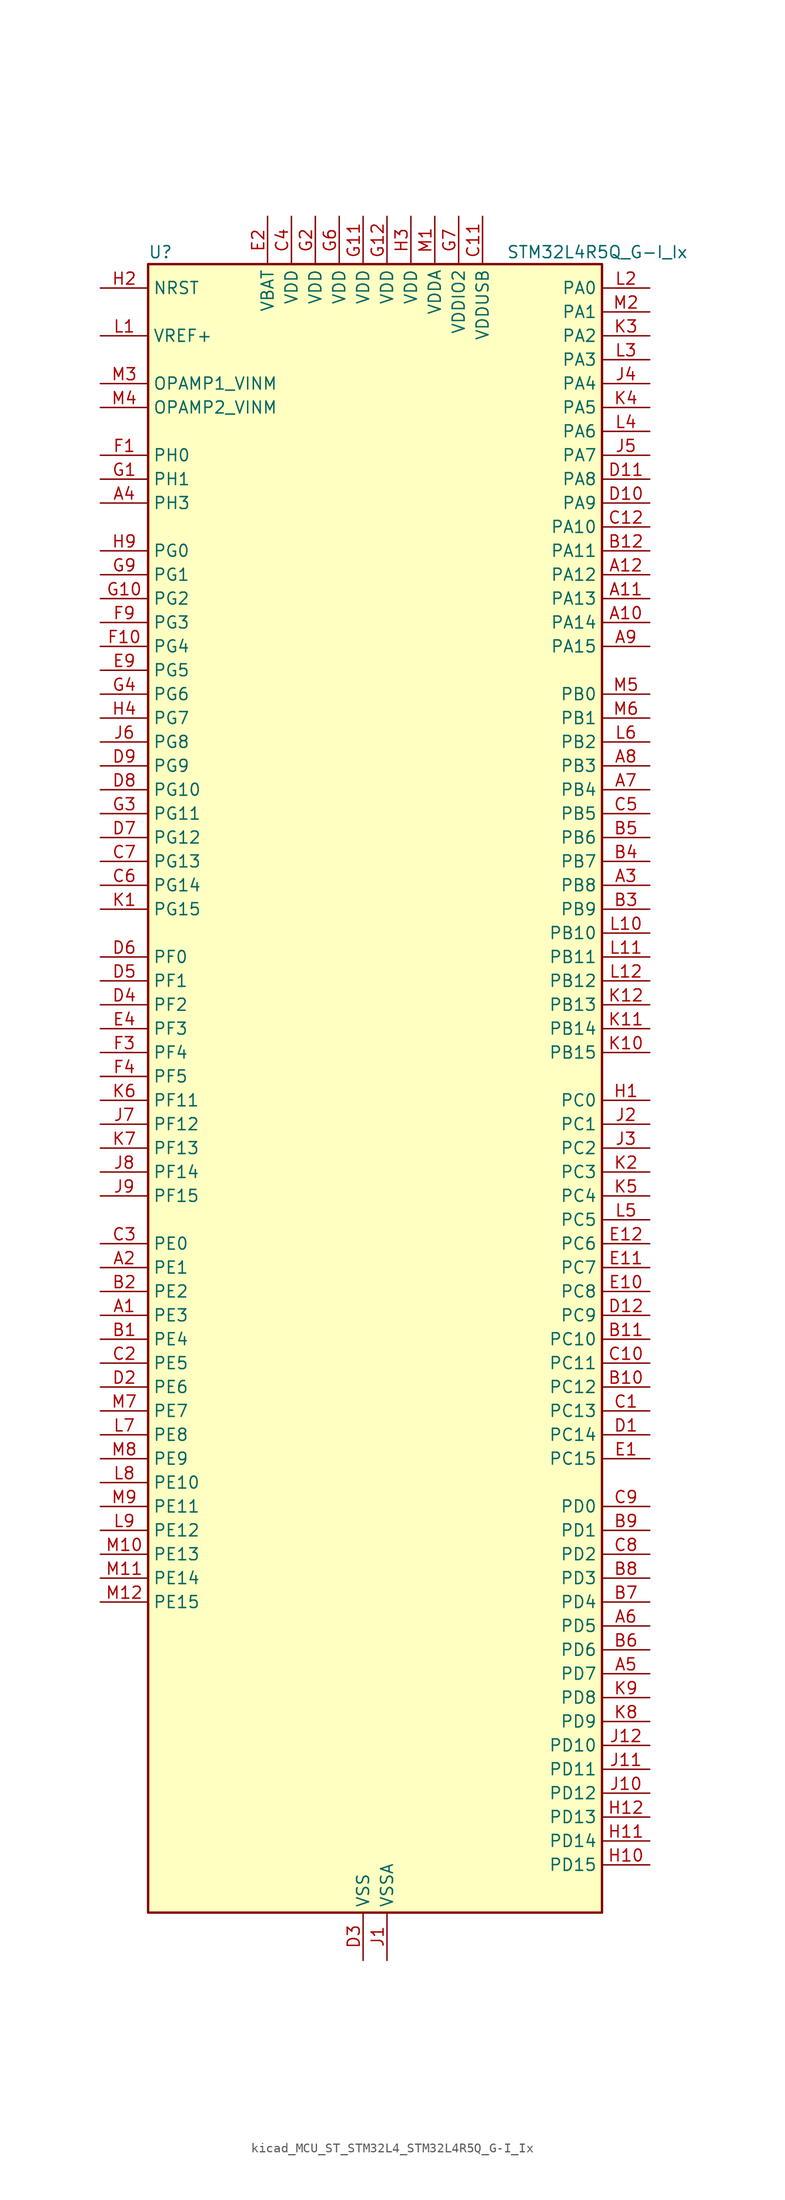
<source format=kicad_sym>
(kicad_symbol_lib
  (version 20220914)
  (generator kicad_symbol_editor)
  (symbol "kicad_MCU_ST_STM32L4_STM32L4R5Q_G-I_Ix"
    (property "Reference" "U"
      (at -22.86 90.17 0)
      (effects (font (size 1.27 1.27)) (justify left)))
    (property "Value" "STM32L4R5Q_G-I_Ix"
      (at 15.24 90.17 0)
      (effects (font (size 1.27 1.27)) (justify left)))
    (property "ki_locked" ""
      (at 0 0 0)
      (effects (font (size 1.27 1.27))))
    (symbol "kicad_MCU_ST_STM32L4_STM32L4R5Q_G-I_Ix_0_1"
      (rectangle (start -22.86 -86.36) (end 25.4 88.9) (stroke (width 0.254) (type default)) (fill (type background))))
    (symbol "kicad_MCU_ST_STM32L4_STM32L4R5Q_G-I_Ix_1_1"
      (pin bidirectional line (at -27.94 -22.86 0) (length 5.08) (name "PE3" (effects (font (size 1.27 1.27)))) (number "A1" (effects (font (size 1.27 1.27)))) (alternate "FMC_A19" bidirectional line) (alternate "OCTOSPIM_P1_DQS" bidirectional line) (alternate "SAI1_SD_B" bidirectional line) (alternate "SYS_TRACED0" bidirectional line) (alternate "TIM3_CH1" bidirectional line) (alternate "TSC_G7_IO2" bidirectional line))
      (pin bidirectional line (at 30.48 50.8 180) (length 5.08) (name "PA14" (effects (font (size 1.27 1.27)))) (number "A10" (effects (font (size 1.27 1.27)))) (alternate "I2C1_SMBA" bidirectional line) (alternate "I2C4_SMBA" bidirectional line) (alternate "LPTIM1_OUT" bidirectional line) (alternate "SAI1_FS_B" bidirectional line) (alternate "SYS_JTCK-SWCLK" bidirectional line) (alternate "USB_OTG_FS_SOF" bidirectional line))
      (pin bidirectional line (at 30.48 53.34 180) (length 5.08) (name "PA13" (effects (font (size 1.27 1.27)))) (number "A11" (effects (font (size 1.27 1.27)))) (alternate "IR_OUT" bidirectional line) (alternate "SAI1_SD_B" bidirectional line) (alternate "SYS_JTMS-SWDIO" bidirectional line) (alternate "USB_OTG_FS_NOE" bidirectional line))
      (pin bidirectional line (at 30.48 55.88 180) (length 5.08) (name "PA12" (effects (font (size 1.27 1.27)))) (number "A12" (effects (font (size 1.27 1.27)))) (alternate "CAN1_TX" bidirectional line) (alternate "SPI1_MOSI" bidirectional line) (alternate "TIM1_ETR" bidirectional line) (alternate "USART1_DE" bidirectional line) (alternate "USART1_RTS" bidirectional line) (alternate "USB_OTG_FS_DP" bidirectional line))
      (pin bidirectional line (at -27.94 -17.78 0) (length 5.08) (name "PE1" (effects (font (size 1.27 1.27)))) (number "A2" (effects (font (size 1.27 1.27)))) (alternate "DCMI_D3" bidirectional line) (alternate "FMC_NBL1" bidirectional line) (alternate "TIM17_CH1" bidirectional line))
      (pin bidirectional line (at 30.48 22.86 180) (length 5.08) (name "PB8" (effects (font (size 1.27 1.27)))) (number "A3" (effects (font (size 1.27 1.27)))) (alternate "CAN1_RX" bidirectional line) (alternate "DCMI_D6" bidirectional line) (alternate "DFSDM1_CKOUT" bidirectional line) (alternate "DFSDM1_DATIN6" bidirectional line) (alternate "I2C1_SCL" bidirectional line) (alternate "SAI1_CK1" bidirectional line) (alternate "SAI1_MCLK_A" bidirectional line) (alternate "SDMMC1_CKIN" bidirectional line) (alternate "SDMMC1_D4" bidirectional line) (alternate "TIM16_CH1" bidirectional line) (alternate "TIM4_CH3" bidirectional line))
      (pin bidirectional line (at -27.94 63.5 0) (length 5.08) (name "PH3" (effects (font (size 1.27 1.27)))) (number "A4" (effects (font (size 1.27 1.27)))))
      (pin bidirectional line (at 30.48 -60.96 180) (length 5.08) (name "PD7" (effects (font (size 1.27 1.27)))) (number "A5" (effects (font (size 1.27 1.27)))) (alternate "DFSDM1_CKIN1" bidirectional line) (alternate "FMC_NCE" bidirectional line) (alternate "FMC_NE1" bidirectional line) (alternate "OCTOSPIM_P1_IO7" bidirectional line) (alternate "USART2_CK" bidirectional line))
      (pin bidirectional line (at 30.48 -55.88 180) (length 5.08) (name "PD5" (effects (font (size 1.27 1.27)))) (number "A6" (effects (font (size 1.27 1.27)))) (alternate "FMC_NWE" bidirectional line) (alternate "OCTOSPIM_P1_IO5" bidirectional line) (alternate "USART2_TX" bidirectional line))
      (pin bidirectional line (at 30.48 33.02 180) (length 5.08) (name "PB4" (effects (font (size 1.27 1.27)))) (number "A7" (effects (font (size 1.27 1.27)))) (alternate "COMP2_INP" bidirectional line) (alternate "DCMI_D12" bidirectional line) (alternate "I2C3_SDA" bidirectional line) (alternate "SAI1_MCLK_B" bidirectional line) (alternate "SPI1_MISO" bidirectional line) (alternate "SPI3_MISO" bidirectional line) (alternate "SYS_JTRST" bidirectional line) (alternate "TIM17_BKIN" bidirectional line) (alternate "TIM3_CH1" bidirectional line) (alternate "TSC_G2_IO1" bidirectional line) (alternate "UART5_DE" bidirectional line) (alternate "UART5_RTS" bidirectional line) (alternate "USART1_CTS" bidirectional line) (alternate "USART1_NSS" bidirectional line))
      (pin bidirectional line (at 30.48 35.56 180) (length 5.08) (name "PB3" (effects (font (size 1.27 1.27)))) (number "A8" (effects (font (size 1.27 1.27)))) (alternate "COMP2_INM" bidirectional line) (alternate "CRS_SYNC" bidirectional line) (alternate "SAI1_SCK_B" bidirectional line) (alternate "SPI1_SCK" bidirectional line) (alternate "SPI3_SCK" bidirectional line) (alternate "SYS_JTDO-SWO" bidirectional line) (alternate "TIM2_CH2" bidirectional line) (alternate "USART1_DE" bidirectional line) (alternate "USART1_RTS" bidirectional line))
      (pin bidirectional line (at 30.48 48.26 180) (length 5.08) (name "PA15" (effects (font (size 1.27 1.27)))) (number "A9" (effects (font (size 1.27 1.27)))) (alternate "ADC1_EXTI15" bidirectional line) (alternate "SAI2_FS_B" bidirectional line) (alternate "SPI1_NSS" bidirectional line) (alternate "SPI3_NSS" bidirectional line) (alternate "SYS_JTDI" bidirectional line) (alternate "TIM2_CH1" bidirectional line) (alternate "TIM2_ETR" bidirectional line) (alternate "TSC_G3_IO1" bidirectional line) (alternate "UART4_DE" bidirectional line) (alternate "UART4_RTS" bidirectional line) (alternate "USART2_RX" bidirectional line) (alternate "USART3_DE" bidirectional line) (alternate "USART3_RTS" bidirectional line))
      (pin bidirectional line (at -27.94 -25.4 0) (length 5.08) (name "PE4" (effects (font (size 1.27 1.27)))) (number "B1" (effects (font (size 1.27 1.27)))) (alternate "DCMI_D4" bidirectional line) (alternate "DFSDM1_DATIN3" bidirectional line) (alternate "FMC_A20" bidirectional line) (alternate "SAI1_D2" bidirectional line) (alternate "SAI1_FS_A" bidirectional line) (alternate "SYS_TRACED1" bidirectional line) (alternate "TIM3_CH2" bidirectional line) (alternate "TSC_G7_IO3" bidirectional line))
      (pin bidirectional line (at 30.48 -30.48 180) (length 5.08) (name "PC12" (effects (font (size 1.27 1.27)))) (number "B10" (effects (font (size 1.27 1.27)))) (alternate "DCMI_D9" bidirectional line) (alternate "SAI2_SD_B" bidirectional line) (alternate "SDMMC1_CK" bidirectional line) (alternate "SPI3_MOSI" bidirectional line) (alternate "SYS_TRACED3" bidirectional line) (alternate "TSC_G3_IO4" bidirectional line) (alternate "UART5_TX" bidirectional line) (alternate "USART3_CK" bidirectional line))
      (pin bidirectional line (at 30.48 -25.4 180) (length 5.08) (name "PC10" (effects (font (size 1.27 1.27)))) (number "B11" (effects (font (size 1.27 1.27)))) (alternate "DCMI_D8" bidirectional line) (alternate "SAI2_SCK_B" bidirectional line) (alternate "SDMMC1_D2" bidirectional line) (alternate "SPI3_SCK" bidirectional line) (alternate "SYS_TRACED1" bidirectional line) (alternate "TSC_G3_IO2" bidirectional line) (alternate "UART4_TX" bidirectional line) (alternate "USART3_TX" bidirectional line))
      (pin bidirectional line (at 30.48 58.42 180) (length 5.08) (name "PA11" (effects (font (size 1.27 1.27)))) (number "B12" (effects (font (size 1.27 1.27)))) (alternate "ADC1_EXTI11" bidirectional line) (alternate "CAN1_RX" bidirectional line) (alternate "SPI1_MISO" bidirectional line) (alternate "TIM1_BKIN2" bidirectional line) (alternate "TIM1_CH4" bidirectional line) (alternate "USART1_CTS" bidirectional line) (alternate "USART1_NSS" bidirectional line) (alternate "USB_OTG_FS_DM" bidirectional line))
      (pin bidirectional line (at -27.94 -20.32 0) (length 5.08) (name "PE2" (effects (font (size 1.27 1.27)))) (number "B2" (effects (font (size 1.27 1.27)))) (alternate "FMC_A23" bidirectional line) (alternate "SAI1_CK1" bidirectional line) (alternate "SAI1_MCLK_A" bidirectional line) (alternate "SYS_TRACECLK" bidirectional line) (alternate "TIM3_ETR" bidirectional line) (alternate "TSC_G7_IO1" bidirectional line))
      (pin bidirectional line (at 30.48 20.32 180) (length 5.08) (name "PB9" (effects (font (size 1.27 1.27)))) (number "B3" (effects (font (size 1.27 1.27)))) (alternate "CAN1_TX" bidirectional line) (alternate "DAC1_EXTI9" bidirectional line) (alternate "DCMI_D7" bidirectional line) (alternate "DFSDM1_CKIN6" bidirectional line) (alternate "I2C1_SDA" bidirectional line) (alternate "IR_OUT" bidirectional line) (alternate "SAI1_D2" bidirectional line) (alternate "SAI1_FS_A" bidirectional line) (alternate "SDMMC1_CDIR" bidirectional line) (alternate "SDMMC1_D5" bidirectional line) (alternate "SPI2_NSS" bidirectional line) (alternate "TIM17_CH1" bidirectional line) (alternate "TIM4_CH4" bidirectional line))
      (pin bidirectional line (at 30.48 25.4 180) (length 5.08) (name "PB7" (effects (font (size 1.27 1.27)))) (number "B4" (effects (font (size 1.27 1.27)))) (alternate "COMP2_INM" bidirectional line) (alternate "DCMI_VSYNC" bidirectional line) (alternate "DFSDM1_CKIN5" bidirectional line) (alternate "FMC_NL" bidirectional line) (alternate "I2C1_SDA" bidirectional line) (alternate "I2C4_SDA" bidirectional line) (alternate "LPTIM1_IN2" bidirectional line) (alternate "SYS_PVD_IN" bidirectional line) (alternate "TIM17_CH1N" bidirectional line) (alternate "TIM4_CH2" bidirectional line) (alternate "TIM8_BKIN" bidirectional line) (alternate "TSC_G2_IO4" bidirectional line) (alternate "UART4_CTS" bidirectional line) (alternate "USART1_RX" bidirectional line))
      (pin bidirectional line (at 30.48 27.94 180) (length 5.08) (name "PB6" (effects (font (size 1.27 1.27)))) (number "B5" (effects (font (size 1.27 1.27)))) (alternate "COMP2_INP" bidirectional line) (alternate "DCMI_D5" bidirectional line) (alternate "DFSDM1_DATIN5" bidirectional line) (alternate "I2C1_SCL" bidirectional line) (alternate "I2C4_SCL" bidirectional line) (alternate "LPTIM1_ETR" bidirectional line) (alternate "SAI1_FS_B" bidirectional line) (alternate "TIM16_CH1N" bidirectional line) (alternate "TIM4_CH1" bidirectional line) (alternate "TIM8_BKIN2" bidirectional line) (alternate "TSC_G2_IO3" bidirectional line) (alternate "USART1_TX" bidirectional line))
      (pin bidirectional line (at 30.48 -58.42 180) (length 5.08) (name "PD6" (effects (font (size 1.27 1.27)))) (number "B6" (effects (font (size 1.27 1.27)))) (alternate "DCMI_D10" bidirectional line) (alternate "DFSDM1_DATIN1" bidirectional line) (alternate "FMC_NWAIT" bidirectional line) (alternate "OCTOSPIM_P1_IO6" bidirectional line) (alternate "SAI1_D1" bidirectional line) (alternate "SAI1_SD_A" bidirectional line) (alternate "SPI3_MOSI" bidirectional line) (alternate "USART2_RX" bidirectional line))
      (pin bidirectional line (at 30.48 -53.34 180) (length 5.08) (name "PD4" (effects (font (size 1.27 1.27)))) (number "B7" (effects (font (size 1.27 1.27)))) (alternate "DFSDM1_CKIN0" bidirectional line) (alternate "FMC_NOE" bidirectional line) (alternate "OCTOSPIM_P1_IO4" bidirectional line) (alternate "SPI2_MOSI" bidirectional line) (alternate "USART2_DE" bidirectional line) (alternate "USART2_RTS" bidirectional line))
      (pin bidirectional line (at 30.48 -50.8 180) (length 5.08) (name "PD3" (effects (font (size 1.27 1.27)))) (number "B8" (effects (font (size 1.27 1.27)))) (alternate "DCMI_D5" bidirectional line) (alternate "DFSDM1_DATIN0" bidirectional line) (alternate "FMC_CLK" bidirectional line) (alternate "OCTOSPIM_P2_NCS" bidirectional line) (alternate "SPI2_MISO" bidirectional line) (alternate "SPI2_SCK" bidirectional line) (alternate "USART2_CTS" bidirectional line) (alternate "USART2_NSS" bidirectional line))
      (pin bidirectional line (at 30.48 -45.72 180) (length 5.08) (name "PD1" (effects (font (size 1.27 1.27)))) (number "B9" (effects (font (size 1.27 1.27)))) (alternate "CAN1_TX" bidirectional line) (alternate "DFSDM1_CKIN7" bidirectional line) (alternate "FMC_D3" bidirectional line) (alternate "FMC_DA3" bidirectional line) (alternate "SPI2_SCK" bidirectional line))
      (pin bidirectional line (at 30.48 -33.02 180) (length 5.08) (name "PC13" (effects (font (size 1.27 1.27)))) (number "C1" (effects (font (size 1.27 1.27)))) (alternate "RTC_OUT_ALARM" bidirectional line) (alternate "RTC_OUT_CALIB" bidirectional line) (alternate "RTC_TAMP1" bidirectional line) (alternate "RTC_TS" bidirectional line) (alternate "SYS_WKUP2" bidirectional line))
      (pin bidirectional line (at 30.48 -27.94 180) (length 5.08) (name "PC11" (effects (font (size 1.27 1.27)))) (number "C10" (effects (font (size 1.27 1.27)))) (alternate "ADC1_EXTI11" bidirectional line) (alternate "DCMI_D2" bidirectional line) (alternate "DCMI_D4" bidirectional line) (alternate "OCTOSPIM_P1_NCS" bidirectional line) (alternate "SAI2_MCLK_B" bidirectional line) (alternate "SDMMC1_D3" bidirectional line) (alternate "SPI3_MISO" bidirectional line) (alternate "TSC_G3_IO3" bidirectional line) (alternate "UART4_RX" bidirectional line) (alternate "USART3_RX" bidirectional line))
      (pin power_in line (at 12.7 93.98 270) (length 5.08) (name "VDDUSB" (effects (font (size 1.27 1.27)))) (number "C11" (effects (font (size 1.27 1.27)))))
      (pin bidirectional line (at 30.48 60.96 180) (length 5.08) (name "PA10" (effects (font (size 1.27 1.27)))) (number "C12" (effects (font (size 1.27 1.27)))) (alternate "DCMI_D1" bidirectional line) (alternate "SAI1_D1" bidirectional line) (alternate "SAI1_SD_A" bidirectional line) (alternate "TIM17_BKIN" bidirectional line) (alternate "TIM1_CH3" bidirectional line) (alternate "USART1_RX" bidirectional line) (alternate "USB_OTG_FS_ID" bidirectional line))
      (pin bidirectional line (at -27.94 -27.94 0) (length 5.08) (name "PE5" (effects (font (size 1.27 1.27)))) (number "C2" (effects (font (size 1.27 1.27)))) (alternate "DCMI_D6" bidirectional line) (alternate "DFSDM1_CKIN3" bidirectional line) (alternate "FMC_A21" bidirectional line) (alternate "SAI1_CK2" bidirectional line) (alternate "SAI1_SCK_A" bidirectional line) (alternate "SYS_TRACED2" bidirectional line) (alternate "TIM3_CH3" bidirectional line) (alternate "TSC_G7_IO4" bidirectional line))
      (pin bidirectional line (at -27.94 -15.24 0) (length 5.08) (name "PE0" (effects (font (size 1.27 1.27)))) (number "C3" (effects (font (size 1.27 1.27)))) (alternate "DCMI_D2" bidirectional line) (alternate "FMC_NBL0" bidirectional line) (alternate "TIM16_CH1" bidirectional line) (alternate "TIM4_ETR" bidirectional line))
      (pin power_in line (at -7.62 93.98 270) (length 5.08) (name "VDD" (effects (font (size 1.27 1.27)))) (number "C4" (effects (font (size 1.27 1.27)))))
      (pin bidirectional line (at 30.48 30.48 180) (length 5.08) (name "PB5" (effects (font (size 1.27 1.27)))) (number "C5" (effects (font (size 1.27 1.27)))) (alternate "COMP2_OUT" bidirectional line) (alternate "DCMI_D10" bidirectional line) (alternate "I2C1_SMBA" bidirectional line) (alternate "LPTIM1_IN1" bidirectional line) (alternate "SAI1_SD_B" bidirectional line) (alternate "SPI1_MOSI" bidirectional line) (alternate "SPI3_MOSI" bidirectional line) (alternate "TIM16_BKIN" bidirectional line) (alternate "TIM3_CH2" bidirectional line) (alternate "TSC_G2_IO2" bidirectional line) (alternate "UART5_CTS" bidirectional line) (alternate "USART1_CK" bidirectional line))
      (pin bidirectional line (at -27.94 22.86 0) (length 5.08) (name "PG14" (effects (font (size 1.27 1.27)))) (number "C6" (effects (font (size 1.27 1.27)))) (alternate "FMC_A25" bidirectional line) (alternate "I2C1_SCL" bidirectional line))
      (pin bidirectional line (at -27.94 25.4 0) (length 5.08) (name "PG13" (effects (font (size 1.27 1.27)))) (number "C7" (effects (font (size 1.27 1.27)))) (alternate "FMC_A24" bidirectional line) (alternate "I2C1_SDA" bidirectional line) (alternate "USART1_CK" bidirectional line))
      (pin bidirectional line (at 30.48 -48.26 180) (length 5.08) (name "PD2" (effects (font (size 1.27 1.27)))) (number "C8" (effects (font (size 1.27 1.27)))) (alternate "DCMI_D11" bidirectional line) (alternate "SDMMC1_CMD" bidirectional line) (alternate "SYS_TRACED2" bidirectional line) (alternate "TIM3_ETR" bidirectional line) (alternate "TSC_SYNC" bidirectional line) (alternate "UART5_RX" bidirectional line) (alternate "USART3_DE" bidirectional line) (alternate "USART3_RTS" bidirectional line))
      (pin bidirectional line (at 30.48 -43.18 180) (length 5.08) (name "PD0" (effects (font (size 1.27 1.27)))) (number "C9" (effects (font (size 1.27 1.27)))) (alternate "CAN1_RX" bidirectional line) (alternate "DFSDM1_DATIN7" bidirectional line) (alternate "FMC_D2" bidirectional line) (alternate "FMC_DA2" bidirectional line) (alternate "SPI2_NSS" bidirectional line))
      (pin bidirectional line (at 30.48 -35.56 180) (length 5.08) (name "PC14" (effects (font (size 1.27 1.27)))) (number "D1" (effects (font (size 1.27 1.27)))) (alternate "RCC_OSC32_IN" bidirectional line))
      (pin bidirectional line (at 30.48 63.5 180) (length 5.08) (name "PA9" (effects (font (size 1.27 1.27)))) (number "D10" (effects (font (size 1.27 1.27)))) (alternate "DAC1_EXTI9" bidirectional line) (alternate "DCMI_D0" bidirectional line) (alternate "SAI1_FS_A" bidirectional line) (alternate "SPI2_SCK" bidirectional line) (alternate "TIM15_BKIN" bidirectional line) (alternate "TIM1_CH2" bidirectional line) (alternate "USART1_TX" bidirectional line) (alternate "USB_OTG_FS_VBUS" bidirectional line))
      (pin bidirectional line (at 30.48 66.04 180) (length 5.08) (name "PA8" (effects (font (size 1.27 1.27)))) (number "D11" (effects (font (size 1.27 1.27)))) (alternate "LPTIM2_OUT" bidirectional line) (alternate "RCC_MCO" bidirectional line) (alternate "SAI1_CK2" bidirectional line) (alternate "SAI1_SCK_A" bidirectional line) (alternate "TIM1_CH1" bidirectional line) (alternate "USART1_CK" bidirectional line) (alternate "USB_OTG_FS_SOF" bidirectional line))
      (pin bidirectional line (at 30.48 -22.86 180) (length 5.08) (name "PC9" (effects (font (size 1.27 1.27)))) (number "D12" (effects (font (size 1.27 1.27)))) (alternate "DAC1_EXTI9" bidirectional line) (alternate "DCMI_D3" bidirectional line) (alternate "I2C3_SDA" bidirectional line) (alternate "SAI2_EXTCLK" bidirectional line) (alternate "SDMMC1_D1" bidirectional line) (alternate "SYS_TRACED0" bidirectional line) (alternate "TIM3_CH4" bidirectional line) (alternate "TIM8_BKIN2" bidirectional line) (alternate "TIM8_CH4" bidirectional line) (alternate "TSC_G4_IO4" bidirectional line) (alternate "USB_OTG_FS_NOE" bidirectional line))
      (pin bidirectional line (at -27.94 -30.48 0) (length 5.08) (name "PE6" (effects (font (size 1.27 1.27)))) (number "D2" (effects (font (size 1.27 1.27)))) (alternate "DCMI_D7" bidirectional line) (alternate "FMC_A22" bidirectional line) (alternate "RTC_TAMP3" bidirectional line) (alternate "SAI1_D1" bidirectional line) (alternate "SAI1_SD_A" bidirectional line) (alternate "SYS_TRACED3" bidirectional line) (alternate "SYS_WKUP3" bidirectional line) (alternate "TIM3_CH4" bidirectional line))
      (pin power_in line (at 0 -91.44 90) (length 5.08) (name "VSS" (effects (font (size 1.27 1.27)))) (number "D3" (effects (font (size 1.27 1.27)))))
      (pin bidirectional line (at -27.94 10.16 0) (length 5.08) (name "PF2" (effects (font (size 1.27 1.27)))) (number "D4" (effects (font (size 1.27 1.27)))) (alternate "FMC_A2" bidirectional line) (alternate "I2C2_SMBA" bidirectional line) (alternate "OCTOSPIM_P2_IO2" bidirectional line))
      (pin bidirectional line (at -27.94 12.7 0) (length 5.08) (name "PF1" (effects (font (size 1.27 1.27)))) (number "D5" (effects (font (size 1.27 1.27)))) (alternate "FMC_A1" bidirectional line) (alternate "I2C2_SCL" bidirectional line) (alternate "OCTOSPIM_P2_IO1" bidirectional line))
      (pin bidirectional line (at -27.94 15.24 0) (length 5.08) (name "PF0" (effects (font (size 1.27 1.27)))) (number "D6" (effects (font (size 1.27 1.27)))) (alternate "FMC_A0" bidirectional line) (alternate "I2C2_SDA" bidirectional line) (alternate "OCTOSPIM_P2_IO0" bidirectional line))
      (pin bidirectional line (at -27.94 27.94 0) (length 5.08) (name "PG12" (effects (font (size 1.27 1.27)))) (number "D7" (effects (font (size 1.27 1.27)))) (alternate "FMC_NE4" bidirectional line) (alternate "LPTIM1_ETR" bidirectional line) (alternate "OCTOSPIM_P2_NCS" bidirectional line) (alternate "SAI2_SD_A" bidirectional line) (alternate "SPI3_NSS" bidirectional line) (alternate "USART1_DE" bidirectional line) (alternate "USART1_RTS" bidirectional line))
      (pin bidirectional line (at -27.94 33.02 0) (length 5.08) (name "PG10" (effects (font (size 1.27 1.27)))) (number "D8" (effects (font (size 1.27 1.27)))) (alternate "FMC_NE3" bidirectional line) (alternate "LPTIM1_IN1" bidirectional line) (alternate "OCTOSPIM_P2_IO7" bidirectional line) (alternate "SAI2_FS_A" bidirectional line) (alternate "SPI3_MISO" bidirectional line) (alternate "TIM15_CH1" bidirectional line) (alternate "USART1_RX" bidirectional line))
      (pin bidirectional line (at -27.94 35.56 0) (length 5.08) (name "PG9" (effects (font (size 1.27 1.27)))) (number "D9" (effects (font (size 1.27 1.27)))) (alternate "DAC1_EXTI9" bidirectional line) (alternate "FMC_NCE" bidirectional line) (alternate "FMC_NE2" bidirectional line) (alternate "OCTOSPIM_P2_IO6" bidirectional line) (alternate "SAI2_SCK_A" bidirectional line) (alternate "SPI3_SCK" bidirectional line) (alternate "TIM15_CH1N" bidirectional line) (alternate "USART1_TX" bidirectional line))
      (pin bidirectional line (at 30.48 -38.1 180) (length 5.08) (name "PC15" (effects (font (size 1.27 1.27)))) (number "E1" (effects (font (size 1.27 1.27)))) (alternate "ADC1_EXTI15" bidirectional line) (alternate "RCC_OSC32_OUT" bidirectional line))
      (pin bidirectional line (at 30.48 -20.32 180) (length 5.08) (name "PC8" (effects (font (size 1.27 1.27)))) (number "E10" (effects (font (size 1.27 1.27)))) (alternate "DCMI_D2" bidirectional line) (alternate "SDMMC1_D0" bidirectional line) (alternate "TIM3_CH3" bidirectional line) (alternate "TIM8_CH3" bidirectional line) (alternate "TSC_G4_IO3" bidirectional line))
      (pin bidirectional line (at 30.48 -17.78 180) (length 5.08) (name "PC7" (effects (font (size 1.27 1.27)))) (number "E11" (effects (font (size 1.27 1.27)))) (alternate "DCMI_D1" bidirectional line) (alternate "DFSDM1_DATIN3" bidirectional line) (alternate "SAI2_MCLK_B" bidirectional line) (alternate "SDMMC1_D123DIR" bidirectional line) (alternate "SDMMC1_D7" bidirectional line) (alternate "TIM3_CH2" bidirectional line) (alternate "TIM8_CH2" bidirectional line) (alternate "TSC_G4_IO2" bidirectional line))
      (pin bidirectional line (at 30.48 -15.24 180) (length 5.08) (name "PC6" (effects (font (size 1.27 1.27)))) (number "E12" (effects (font (size 1.27 1.27)))) (alternate "DCMI_D0" bidirectional line) (alternate "DFSDM1_CKIN3" bidirectional line) (alternate "SAI2_MCLK_A" bidirectional line) (alternate "SDMMC1_D0DIR" bidirectional line) (alternate "SDMMC1_D6" bidirectional line) (alternate "TIM3_CH1" bidirectional line) (alternate "TIM8_CH1" bidirectional line) (alternate "TSC_G4_IO1" bidirectional line))
      (pin power_in line (at -10.16 93.98 270) (length 5.08) (name "VBAT" (effects (font (size 1.27 1.27)))) (number "E2" (effects (font (size 1.27 1.27)))))
      (pin passive line (at 0 -91.44 90) (length 5.08) hide (name "VSS" (effects (font (size 1.27 1.27)))) (number "E3" (effects (font (size 1.27 1.27)))))
      (pin bidirectional line (at -27.94 7.62 0) (length 5.08) (name "PF3" (effects (font (size 1.27 1.27)))) (number "E4" (effects (font (size 1.27 1.27)))) (alternate "FMC_A3" bidirectional line) (alternate "OCTOSPIM_P2_IO3" bidirectional line))
      (pin bidirectional line (at -27.94 45.72 0) (length 5.08) (name "PG5" (effects (font (size 1.27 1.27)))) (number "E9" (effects (font (size 1.27 1.27)))) (alternate "FMC_A15" bidirectional line) (alternate "LPUART1_CTS" bidirectional line) (alternate "SAI2_SD_B" bidirectional line) (alternate "SPI1_NSS" bidirectional line))
      (pin bidirectional line (at -27.94 68.58 0) (length 5.08) (name "PH0" (effects (font (size 1.27 1.27)))) (number "F1" (effects (font (size 1.27 1.27)))) (alternate "RCC_OSC_IN" bidirectional line))
      (pin bidirectional line (at -27.94 48.26 0) (length 5.08) (name "PG4" (effects (font (size 1.27 1.27)))) (number "F10" (effects (font (size 1.27 1.27)))) (alternate "FMC_A14" bidirectional line) (alternate "SAI2_MCLK_B" bidirectional line) (alternate "SPI1_MOSI" bidirectional line))
      (pin passive line (at 0 -91.44 90) (length 5.08) hide (name "VSS" (effects (font (size 1.27 1.27)))) (number "F11" (effects (font (size 1.27 1.27)))))
      (pin passive line (at 0 -91.44 90) (length 5.08) hide (name "VSS" (effects (font (size 1.27 1.27)))) (number "F12" (effects (font (size 1.27 1.27)))))
      (pin passive line (at 0 -91.44 90) (length 5.08) hide (name "VSS" (effects (font (size 1.27 1.27)))) (number "F2" (effects (font (size 1.27 1.27)))))
      (pin bidirectional line (at -27.94 5.08 0) (length 5.08) (name "PF4" (effects (font (size 1.27 1.27)))) (number "F3" (effects (font (size 1.27 1.27)))) (alternate "FMC_A4" bidirectional line) (alternate "OCTOSPIM_P2_CLK" bidirectional line))
      (pin bidirectional line (at -27.94 2.54 0) (length 5.08) (name "PF5" (effects (font (size 1.27 1.27)))) (number "F4" (effects (font (size 1.27 1.27)))) (alternate "FMC_A5" bidirectional line))
      (pin passive line (at 0 -91.44 90) (length 5.08) hide (name "VSS" (effects (font (size 1.27 1.27)))) (number "F6" (effects (font (size 1.27 1.27)))))
      (pin passive line (at 0 -91.44 90) (length 5.08) hide (name "VSS" (effects (font (size 1.27 1.27)))) (number "F7" (effects (font (size 1.27 1.27)))))
      (pin bidirectional line (at -27.94 50.8 0) (length 5.08) (name "PG3" (effects (font (size 1.27 1.27)))) (number "F9" (effects (font (size 1.27 1.27)))) (alternate "FMC_A13" bidirectional line) (alternate "SAI2_FS_B" bidirectional line) (alternate "SPI1_MISO" bidirectional line))
      (pin bidirectional line (at -27.94 66.04 0) (length 5.08) (name "PH1" (effects (font (size 1.27 1.27)))) (number "G1" (effects (font (size 1.27 1.27)))) (alternate "RCC_OSC_OUT" bidirectional line))
      (pin bidirectional line (at -27.94 53.34 0) (length 5.08) (name "PG2" (effects (font (size 1.27 1.27)))) (number "G10" (effects (font (size 1.27 1.27)))) (alternate "FMC_A12" bidirectional line) (alternate "SAI2_SCK_B" bidirectional line) (alternate "SPI1_SCK" bidirectional line))
      (pin power_in line (at 0 93.98 270) (length 5.08) (name "VDD" (effects (font (size 1.27 1.27)))) (number "G11" (effects (font (size 1.27 1.27)))))
      (pin power_in line (at 2.54 93.98 270) (length 5.08) (name "VDD" (effects (font (size 1.27 1.27)))) (number "G12" (effects (font (size 1.27 1.27)))))
      (pin power_in line (at -5.08 93.98 270) (length 5.08) (name "VDD" (effects (font (size 1.27 1.27)))) (number "G2" (effects (font (size 1.27 1.27)))))
      (pin bidirectional line (at -27.94 30.48 0) (length 5.08) (name "PG11" (effects (font (size 1.27 1.27)))) (number "G3" (effects (font (size 1.27 1.27)))) (alternate "ADC1_EXTI11" bidirectional line) (alternate "LPTIM1_IN2" bidirectional line) (alternate "OCTOSPIM_P1_IO5" bidirectional line) (alternate "SAI2_MCLK_A" bidirectional line) (alternate "SPI3_MOSI" bidirectional line) (alternate "TIM15_CH2" bidirectional line) (alternate "USART1_CTS" bidirectional line) (alternate "USART1_NSS" bidirectional line))
      (pin bidirectional line (at -27.94 43.18 0) (length 5.08) (name "PG6" (effects (font (size 1.27 1.27)))) (number "G4" (effects (font (size 1.27 1.27)))) (alternate "I2C3_SMBA" bidirectional line) (alternate "LPUART1_DE" bidirectional line) (alternate "LPUART1_RTS" bidirectional line) (alternate "OCTOSPIM_P1_DQS" bidirectional line))
      (pin power_in line (at -2.54 93.98 270) (length 5.08) (name "VDD" (effects (font (size 1.27 1.27)))) (number "G6" (effects (font (size 1.27 1.27)))))
      (pin power_in line (at 10.16 93.98 270) (length 5.08) (name "VDDIO2" (effects (font (size 1.27 1.27)))) (number "G7" (effects (font (size 1.27 1.27)))))
      (pin bidirectional line (at -27.94 55.88 0) (length 5.08) (name "PG1" (effects (font (size 1.27 1.27)))) (number "G9" (effects (font (size 1.27 1.27)))) (alternate "FMC_A11" bidirectional line) (alternate "OCTOSPIM_P2_IO5" bidirectional line) (alternate "TSC_G8_IO4" bidirectional line))
      (pin bidirectional line (at 30.48 0 180) (length 5.08) (name "PC0" (effects (font (size 1.27 1.27)))) (number "H1" (effects (font (size 1.27 1.27)))) (alternate "ADC1_IN1" bidirectional line) (alternate "DFSDM1_DATIN4" bidirectional line) (alternate "I2C3_SCL" bidirectional line) (alternate "LPTIM1_IN1" bidirectional line) (alternate "LPTIM2_IN1" bidirectional line) (alternate "LPUART1_RX" bidirectional line) (alternate "SAI2_FS_A" bidirectional line))
      (pin bidirectional line (at 30.48 -81.28 180) (length 5.08) (name "PD15" (effects (font (size 1.27 1.27)))) (number "H10" (effects (font (size 1.27 1.27)))) (alternate "ADC1_EXTI15" bidirectional line) (alternate "FMC_D1" bidirectional line) (alternate "FMC_DA1" bidirectional line) (alternate "TIM4_CH4" bidirectional line))
      (pin bidirectional line (at 30.48 -78.74 180) (length 5.08) (name "PD14" (effects (font (size 1.27 1.27)))) (number "H11" (effects (font (size 1.27 1.27)))) (alternate "FMC_D0" bidirectional line) (alternate "FMC_DA0" bidirectional line) (alternate "TIM4_CH3" bidirectional line))
      (pin bidirectional line (at 30.48 -76.2 180) (length 5.08) (name "PD13" (effects (font (size 1.27 1.27)))) (number "H12" (effects (font (size 1.27 1.27)))) (alternate "FMC_A18" bidirectional line) (alternate "I2C4_SDA" bidirectional line) (alternate "LPTIM2_OUT" bidirectional line) (alternate "TIM4_CH2" bidirectional line) (alternate "TSC_G6_IO4" bidirectional line))
      (pin input line (at -27.94 86.36 0) (length 5.08) (name "NRST" (effects (font (size 1.27 1.27)))) (number "H2" (effects (font (size 1.27 1.27)))))
      (pin power_in line (at 5.08 93.98 270) (length 5.08) (name "VDD" (effects (font (size 1.27 1.27)))) (number "H3" (effects (font (size 1.27 1.27)))))
      (pin bidirectional line (at -27.94 40.64 0) (length 5.08) (name "PG7" (effects (font (size 1.27 1.27)))) (number "H4" (effects (font (size 1.27 1.27)))) (alternate "DFSDM1_CKOUT" bidirectional line) (alternate "FMC_INT" bidirectional line) (alternate "I2C3_SCL" bidirectional line) (alternate "LPUART1_TX" bidirectional line) (alternate "OCTOSPIM_P2_DQS" bidirectional line) (alternate "SAI1_CK1" bidirectional line) (alternate "SAI1_MCLK_A" bidirectional line))
      (pin bidirectional line (at -27.94 58.42 0) (length 5.08) (name "PG0" (effects (font (size 1.27 1.27)))) (number "H9" (effects (font (size 1.27 1.27)))) (alternate "FMC_A10" bidirectional line) (alternate "OCTOSPIM_P2_IO4" bidirectional line) (alternate "TSC_G8_IO3" bidirectional line))
      (pin power_in line (at 2.54 -91.44 90) (length 5.08) (name "VSSA" (effects (font (size 1.27 1.27)))) (number "J1" (effects (font (size 1.27 1.27)))))
      (pin bidirectional line (at 30.48 -73.66 180) (length 5.08) (name "PD12" (effects (font (size 1.27 1.27)))) (number "J10" (effects (font (size 1.27 1.27)))) (alternate "FMC_A17" bidirectional line) (alternate "FMC_ALE" bidirectional line) (alternate "I2C4_SCL" bidirectional line) (alternate "LPTIM2_IN1" bidirectional line) (alternate "SAI2_FS_A" bidirectional line) (alternate "TIM4_CH1" bidirectional line) (alternate "TSC_G6_IO3" bidirectional line) (alternate "USART3_DE" bidirectional line) (alternate "USART3_RTS" bidirectional line))
      (pin bidirectional line (at 30.48 -71.12 180) (length 5.08) (name "PD11" (effects (font (size 1.27 1.27)))) (number "J11" (effects (font (size 1.27 1.27)))) (alternate "ADC1_EXTI11" bidirectional line) (alternate "FMC_A16" bidirectional line) (alternate "FMC_CLE" bidirectional line) (alternate "I2C4_SMBA" bidirectional line) (alternate "LPTIM2_ETR" bidirectional line) (alternate "SAI2_SD_A" bidirectional line) (alternate "TSC_G6_IO2" bidirectional line) (alternate "USART3_CTS" bidirectional line) (alternate "USART3_NSS" bidirectional line))
      (pin bidirectional line (at 30.48 -68.58 180) (length 5.08) (name "PD10" (effects (font (size 1.27 1.27)))) (number "J12" (effects (font (size 1.27 1.27)))) (alternate "FMC_D15" bidirectional line) (alternate "FMC_DA15" bidirectional line) (alternate "SAI2_SCK_A" bidirectional line) (alternate "TSC_G6_IO1" bidirectional line) (alternate "USART3_CK" bidirectional line))
      (pin bidirectional line (at 30.48 -2.54 180) (length 5.08) (name "PC1" (effects (font (size 1.27 1.27)))) (number "J2" (effects (font (size 1.27 1.27)))) (alternate "ADC1_IN2" bidirectional line) (alternate "DFSDM1_CKIN4" bidirectional line) (alternate "I2C3_SDA" bidirectional line) (alternate "LPTIM1_OUT" bidirectional line) (alternate "LPUART1_TX" bidirectional line) (alternate "OCTOSPIM_P1_IO4" bidirectional line) (alternate "SAI1_SD_A" bidirectional line) (alternate "SPI2_MOSI" bidirectional line) (alternate "SYS_TRACED0" bidirectional line))
      (pin bidirectional line (at 30.48 -5.08 180) (length 5.08) (name "PC2" (effects (font (size 1.27 1.27)))) (number "J3" (effects (font (size 1.27 1.27)))) (alternate "ADC1_IN3" bidirectional line) (alternate "DFSDM1_CKOUT" bidirectional line) (alternate "LPTIM1_IN2" bidirectional line) (alternate "OCTOSPIM_P1_IO5" bidirectional line) (alternate "SPI2_MISO" bidirectional line))
      (pin bidirectional line (at 30.48 76.2 180) (length 5.08) (name "PA4" (effects (font (size 1.27 1.27)))) (number "J4" (effects (font (size 1.27 1.27)))) (alternate "ADC1_IN9" bidirectional line) (alternate "DAC1_OUT1" bidirectional line) (alternate "DCMI_HSYNC" bidirectional line) (alternate "LPTIM2_OUT" bidirectional line) (alternate "OCTOSPIM_P1_NCS" bidirectional line) (alternate "SAI1_FS_B" bidirectional line) (alternate "SPI1_NSS" bidirectional line) (alternate "SPI3_NSS" bidirectional line) (alternate "USART2_CK" bidirectional line))
      (pin bidirectional line (at 30.48 68.58 180) (length 5.08) (name "PA7" (effects (font (size 1.27 1.27)))) (number "J5" (effects (font (size 1.27 1.27)))) (alternate "ADC1_IN12" bidirectional line) (alternate "I2C3_SCL" bidirectional line) (alternate "OCTOSPIM_P1_IO2" bidirectional line) (alternate "OPAMP2_VINM" bidirectional line) (alternate "SPI1_MOSI" bidirectional line) (alternate "TIM17_CH1" bidirectional line) (alternate "TIM1_CH1N" bidirectional line) (alternate "TIM3_CH2" bidirectional line) (alternate "TIM8_CH1N" bidirectional line))
      (pin bidirectional line (at -27.94 38.1 0) (length 5.08) (name "PG8" (effects (font (size 1.27 1.27)))) (number "J6" (effects (font (size 1.27 1.27)))) (alternate "I2C3_SDA" bidirectional line) (alternate "LPUART1_RX" bidirectional line))
      (pin bidirectional line (at -27.94 -2.54 0) (length 5.08) (name "PF12" (effects (font (size 1.27 1.27)))) (number "J7" (effects (font (size 1.27 1.27)))) (alternate "FMC_A6" bidirectional line) (alternate "OCTOSPIM_P2_DQS" bidirectional line))
      (pin bidirectional line (at -27.94 -7.62 0) (length 5.08) (name "PF14" (effects (font (size 1.27 1.27)))) (number "J8" (effects (font (size 1.27 1.27)))) (alternate "DFSDM1_CKIN6" bidirectional line) (alternate "FMC_A8" bidirectional line) (alternate "I2C4_SCL" bidirectional line) (alternate "TSC_G8_IO1" bidirectional line))
      (pin bidirectional line (at -27.94 -10.16 0) (length 5.08) (name "PF15" (effects (font (size 1.27 1.27)))) (number "J9" (effects (font (size 1.27 1.27)))) (alternate "ADC1_EXTI15" bidirectional line) (alternate "FMC_A9" bidirectional line) (alternate "I2C4_SDA" bidirectional line) (alternate "TSC_G8_IO2" bidirectional line))
      (pin bidirectional line (at -27.94 20.32 0) (length 5.08) (name "PG15" (effects (font (size 1.27 1.27)))) (number "K1" (effects (font (size 1.27 1.27)))) (alternate "ADC1_EXTI15" bidirectional line) (alternate "DCMI_D13" bidirectional line) (alternate "I2C1_SMBA" bidirectional line) (alternate "LPTIM1_OUT" bidirectional line) (alternate "OCTOSPIM_P2_DQS" bidirectional line))
      (pin bidirectional line (at 30.48 5.08 180) (length 5.08) (name "PB15" (effects (font (size 1.27 1.27)))) (number "K10" (effects (font (size 1.27 1.27)))) (alternate "ADC1_EXTI15" bidirectional line) (alternate "DFSDM1_CKIN2" bidirectional line) (alternate "RTC_REFIN" bidirectional line) (alternate "SAI2_SD_A" bidirectional line) (alternate "SPI2_MOSI" bidirectional line) (alternate "TIM15_CH2" bidirectional line) (alternate "TIM1_CH3N" bidirectional line) (alternate "TIM8_CH3N" bidirectional line) (alternate "TSC_G1_IO4" bidirectional line))
      (pin bidirectional line (at 30.48 7.62 180) (length 5.08) (name "PB14" (effects (font (size 1.27 1.27)))) (number "K11" (effects (font (size 1.27 1.27)))) (alternate "DFSDM1_DATIN2" bidirectional line) (alternate "I2C2_SDA" bidirectional line) (alternate "SAI2_MCLK_A" bidirectional line) (alternate "SPI2_MISO" bidirectional line) (alternate "TIM15_CH1" bidirectional line) (alternate "TIM1_CH2N" bidirectional line) (alternate "TIM8_CH2N" bidirectional line) (alternate "TSC_G1_IO3" bidirectional line) (alternate "USART3_DE" bidirectional line) (alternate "USART3_RTS" bidirectional line))
      (pin bidirectional line (at 30.48 10.16 180) (length 5.08) (name "PB13" (effects (font (size 1.27 1.27)))) (number "K12" (effects (font (size 1.27 1.27)))) (alternate "DFSDM1_CKIN1" bidirectional line) (alternate "I2C2_SCL" bidirectional line) (alternate "LPUART1_CTS" bidirectional line) (alternate "SAI2_SCK_A" bidirectional line) (alternate "SPI2_SCK" bidirectional line) (alternate "TIM15_CH1N" bidirectional line) (alternate "TIM1_CH1N" bidirectional line) (alternate "TSC_G1_IO2" bidirectional line) (alternate "USART3_CTS" bidirectional line) (alternate "USART3_NSS" bidirectional line))
      (pin bidirectional line (at 30.48 -7.62 180) (length 5.08) (name "PC3" (effects (font (size 1.27 1.27)))) (number "K2" (effects (font (size 1.27 1.27)))) (alternate "ADC1_IN4" bidirectional line) (alternate "LPTIM1_ETR" bidirectional line) (alternate "LPTIM2_ETR" bidirectional line) (alternate "OCTOSPIM_P1_IO6" bidirectional line) (alternate "SAI1_D1" bidirectional line) (alternate "SAI1_SD_A" bidirectional line) (alternate "SPI2_MOSI" bidirectional line))
      (pin bidirectional line (at 30.48 81.28 180) (length 5.08) (name "PA2" (effects (font (size 1.27 1.27)))) (number "K3" (effects (font (size 1.27 1.27)))) (alternate "ADC1_IN7" bidirectional line) (alternate "LPUART1_TX" bidirectional line) (alternate "OCTOSPIM_P1_NCS" bidirectional line) (alternate "RCC_LSCO" bidirectional line) (alternate "SAI2_EXTCLK" bidirectional line) (alternate "SYS_WKUP4" bidirectional line) (alternate "TIM15_CH1" bidirectional line) (alternate "TIM2_CH3" bidirectional line) (alternate "TIM5_CH3" bidirectional line) (alternate "USART2_TX" bidirectional line))
      (pin bidirectional line (at 30.48 73.66 180) (length 5.08) (name "PA5" (effects (font (size 1.27 1.27)))) (number "K4" (effects (font (size 1.27 1.27)))) (alternate "ADC1_IN10" bidirectional line) (alternate "DAC1_OUT2" bidirectional line) (alternate "LPTIM2_ETR" bidirectional line) (alternate "SPI1_SCK" bidirectional line) (alternate "TIM2_CH1" bidirectional line) (alternate "TIM2_ETR" bidirectional line) (alternate "TIM8_CH1N" bidirectional line))
      (pin bidirectional line (at 30.48 -10.16 180) (length 5.08) (name "PC4" (effects (font (size 1.27 1.27)))) (number "K5" (effects (font (size 1.27 1.27)))) (alternate "ADC1_IN13" bidirectional line) (alternate "COMP1_INM" bidirectional line) (alternate "OCTOSPIM_P1_IO7" bidirectional line) (alternate "USART3_TX" bidirectional line))
      (pin bidirectional line (at -27.94 0 0) (length 5.08) (name "PF11" (effects (font (size 1.27 1.27)))) (number "K6" (effects (font (size 1.27 1.27)))) (alternate "ADC1_EXTI11" bidirectional line) (alternate "DCMI_D12" bidirectional line))
      (pin bidirectional line (at -27.94 -5.08 0) (length 5.08) (name "PF13" (effects (font (size 1.27 1.27)))) (number "K7" (effects (font (size 1.27 1.27)))) (alternate "DFSDM1_DATIN6" bidirectional line) (alternate "FMC_A7" bidirectional line) (alternate "I2C4_SMBA" bidirectional line))
      (pin bidirectional line (at 30.48 -66.04 180) (length 5.08) (name "PD9" (effects (font (size 1.27 1.27)))) (number "K8" (effects (font (size 1.27 1.27)))) (alternate "DAC1_EXTI9" bidirectional line) (alternate "DCMI_PIXCLK" bidirectional line) (alternate "FMC_D14" bidirectional line) (alternate "FMC_DA14" bidirectional line) (alternate "SAI2_MCLK_A" bidirectional line) (alternate "USART3_RX" bidirectional line))
      (pin bidirectional line (at 30.48 -63.5 180) (length 5.08) (name "PD8" (effects (font (size 1.27 1.27)))) (number "K9" (effects (font (size 1.27 1.27)))) (alternate "DCMI_HSYNC" bidirectional line) (alternate "FMC_D13" bidirectional line) (alternate "FMC_DA13" bidirectional line) (alternate "USART3_TX" bidirectional line))
      (pin input line (at -27.94 81.28 0) (length 5.08) (name "VREF+" (effects (font (size 1.27 1.27)))) (number "L1" (effects (font (size 1.27 1.27)))) (alternate "VREFBUF_OUT" bidirectional line))
      (pin bidirectional line (at 30.48 17.78 180) (length 5.08) (name "PB10" (effects (font (size 1.27 1.27)))) (number "L10" (effects (font (size 1.27 1.27)))) (alternate "COMP1_OUT" bidirectional line) (alternate "DFSDM1_DATIN7" bidirectional line) (alternate "I2C2_SCL" bidirectional line) (alternate "I2C4_SCL" bidirectional line) (alternate "LPUART1_RX" bidirectional line) (alternate "OCTOSPIM_P1_CLK" bidirectional line) (alternate "SAI1_SCK_A" bidirectional line) (alternate "SPI2_SCK" bidirectional line) (alternate "TIM2_CH3" bidirectional line) (alternate "TSC_SYNC" bidirectional line) (alternate "USART3_TX" bidirectional line))
      (pin bidirectional line (at 30.48 15.24 180) (length 5.08) (name "PB11" (effects (font (size 1.27 1.27)))) (number "L11" (effects (font (size 1.27 1.27)))) (alternate "ADC1_EXTI11" bidirectional line) (alternate "COMP2_OUT" bidirectional line) (alternate "DFSDM1_CKIN7" bidirectional line) (alternate "I2C2_SDA" bidirectional line) (alternate "I2C4_SDA" bidirectional line) (alternate "LPUART1_TX" bidirectional line) (alternate "OCTOSPIM_P1_NCS" bidirectional line) (alternate "TIM2_CH4" bidirectional line) (alternate "USART3_RX" bidirectional line))
      (pin bidirectional line (at 30.48 12.7 180) (length 5.08) (name "PB12" (effects (font (size 1.27 1.27)))) (number "L12" (effects (font (size 1.27 1.27)))) (alternate "DFSDM1_DATIN1" bidirectional line) (alternate "I2C2_SMBA" bidirectional line) (alternate "LPUART1_DE" bidirectional line) (alternate "LPUART1_RTS" bidirectional line) (alternate "SAI2_FS_A" bidirectional line) (alternate "SPI2_NSS" bidirectional line) (alternate "TIM15_BKIN" bidirectional line) (alternate "TIM1_BKIN" bidirectional line) (alternate "TSC_G1_IO1" bidirectional line) (alternate "USART3_CK" bidirectional line))
      (pin bidirectional line (at 30.48 86.36 180) (length 5.08) (name "PA0" (effects (font (size 1.27 1.27)))) (number "L2" (effects (font (size 1.27 1.27)))) (alternate "ADC1_IN5" bidirectional line) (alternate "OPAMP1_VINP" bidirectional line) (alternate "RTC_TAMP2" bidirectional line) (alternate "SAI1_EXTCLK" bidirectional line) (alternate "SYS_WKUP1" bidirectional line) (alternate "TIM2_CH1" bidirectional line) (alternate "TIM2_ETR" bidirectional line) (alternate "TIM5_CH1" bidirectional line) (alternate "TIM8_ETR" bidirectional line) (alternate "UART4_TX" bidirectional line) (alternate "USART2_CTS" bidirectional line) (alternate "USART2_NSS" bidirectional line))
      (pin bidirectional line (at 30.48 78.74 180) (length 5.08) (name "PA3" (effects (font (size 1.27 1.27)))) (number "L3" (effects (font (size 1.27 1.27)))) (alternate "ADC1_IN8" bidirectional line) (alternate "LPUART1_RX" bidirectional line) (alternate "OCTOSPIM_P1_CLK" bidirectional line) (alternate "OPAMP1_VOUT" bidirectional line) (alternate "SAI1_CK1" bidirectional line) (alternate "SAI1_MCLK_A" bidirectional line) (alternate "TIM15_CH2" bidirectional line) (alternate "TIM2_CH4" bidirectional line) (alternate "TIM5_CH4" bidirectional line) (alternate "USART2_RX" bidirectional line))
      (pin bidirectional line (at 30.48 71.12 180) (length 5.08) (name "PA6" (effects (font (size 1.27 1.27)))) (number "L4" (effects (font (size 1.27 1.27)))) (alternate "ADC1_IN11" bidirectional line) (alternate "DCMI_PIXCLK" bidirectional line) (alternate "LPUART1_CTS" bidirectional line) (alternate "OCTOSPIM_P1_IO3" bidirectional line) (alternate "OPAMP2_VINP" bidirectional line) (alternate "SPI1_MISO" bidirectional line) (alternate "TIM16_CH1" bidirectional line) (alternate "TIM1_BKIN" bidirectional line) (alternate "TIM3_CH1" bidirectional line) (alternate "TIM8_BKIN" bidirectional line) (alternate "USART3_CTS" bidirectional line) (alternate "USART3_NSS" bidirectional line))
      (pin bidirectional line (at 30.48 -12.7 180) (length 5.08) (name "PC5" (effects (font (size 1.27 1.27)))) (number "L5" (effects (font (size 1.27 1.27)))) (alternate "ADC1_IN14" bidirectional line) (alternate "COMP1_INP" bidirectional line) (alternate "SAI1_D3" bidirectional line) (alternate "SYS_WKUP5" bidirectional line) (alternate "USART3_RX" bidirectional line))
      (pin bidirectional line (at 30.48 38.1 180) (length 5.08) (name "PB2" (effects (font (size 1.27 1.27)))) (number "L6" (effects (font (size 1.27 1.27)))) (alternate "COMP1_INP" bidirectional line) (alternate "DFSDM1_CKIN0" bidirectional line) (alternate "I2C3_SMBA" bidirectional line) (alternate "LPTIM1_OUT" bidirectional line) (alternate "OCTOSPIM_P1_DQS" bidirectional line) (alternate "RTC_OUT_ALARM" bidirectional line) (alternate "RTC_OUT_CALIB" bidirectional line))
      (pin bidirectional line (at -27.94 -35.56 0) (length 5.08) (name "PE8" (effects (font (size 1.27 1.27)))) (number "L7" (effects (font (size 1.27 1.27)))) (alternate "DFSDM1_CKIN2" bidirectional line) (alternate "FMC_D5" bidirectional line) (alternate "FMC_DA5" bidirectional line) (alternate "SAI1_SCK_B" bidirectional line) (alternate "TIM1_CH1N" bidirectional line))
      (pin bidirectional line (at -27.94 -40.64 0) (length 5.08) (name "PE10" (effects (font (size 1.27 1.27)))) (number "L8" (effects (font (size 1.27 1.27)))) (alternate "DFSDM1_DATIN4" bidirectional line) (alternate "FMC_D7" bidirectional line) (alternate "FMC_DA7" bidirectional line) (alternate "OCTOSPIM_P1_CLK" bidirectional line) (alternate "SAI1_MCLK_B" bidirectional line) (alternate "TIM1_CH2N" bidirectional line) (alternate "TSC_G5_IO1" bidirectional line))
      (pin bidirectional line (at -27.94 -45.72 0) (length 5.08) (name "PE12" (effects (font (size 1.27 1.27)))) (number "L9" (effects (font (size 1.27 1.27)))) (alternate "DFSDM1_DATIN5" bidirectional line) (alternate "FMC_D9" bidirectional line) (alternate "FMC_DA9" bidirectional line) (alternate "OCTOSPIM_P1_IO0" bidirectional line) (alternate "SPI1_NSS" bidirectional line) (alternate "TIM1_CH3N" bidirectional line) (alternate "TSC_G5_IO3" bidirectional line))
      (pin power_in line (at 7.62 93.98 270) (length 5.08) (name "VDDA" (effects (font (size 1.27 1.27)))) (number "M1" (effects (font (size 1.27 1.27)))))
      (pin bidirectional line (at -27.94 -48.26 0) (length 5.08) (name "PE13" (effects (font (size 1.27 1.27)))) (number "M10" (effects (font (size 1.27 1.27)))) (alternate "DFSDM1_CKIN5" bidirectional line) (alternate "FMC_D10" bidirectional line) (alternate "FMC_DA10" bidirectional line) (alternate "OCTOSPIM_P1_IO1" bidirectional line) (alternate "SPI1_SCK" bidirectional line) (alternate "TIM1_CH3" bidirectional line) (alternate "TSC_G5_IO4" bidirectional line))
      (pin bidirectional line (at -27.94 -50.8 0) (length 5.08) (name "PE14" (effects (font (size 1.27 1.27)))) (number "M11" (effects (font (size 1.27 1.27)))) (alternate "FMC_D11" bidirectional line) (alternate "FMC_DA11" bidirectional line) (alternate "OCTOSPIM_P1_IO2" bidirectional line) (alternate "SPI1_MISO" bidirectional line) (alternate "TIM1_BKIN2" bidirectional line) (alternate "TIM1_CH4" bidirectional line))
      (pin bidirectional line (at -27.94 -53.34 0) (length 5.08) (name "PE15" (effects (font (size 1.27 1.27)))) (number "M12" (effects (font (size 1.27 1.27)))) (alternate "ADC1_EXTI15" bidirectional line) (alternate "FMC_D12" bidirectional line) (alternate "FMC_DA12" bidirectional line) (alternate "OCTOSPIM_P1_IO3" bidirectional line) (alternate "SPI1_MOSI" bidirectional line) (alternate "TIM1_BKIN" bidirectional line))
      (pin bidirectional line (at 30.48 83.82 180) (length 5.08) (name "PA1" (effects (font (size 1.27 1.27)))) (number "M2" (effects (font (size 1.27 1.27)))) (alternate "ADC1_IN6" bidirectional line) (alternate "I2C1_SMBA" bidirectional line) (alternate "OCTOSPIM_P1_DQS" bidirectional line) (alternate "OPAMP1_VINM" bidirectional line) (alternate "SPI1_SCK" bidirectional line) (alternate "TIM15_CH1N" bidirectional line) (alternate "TIM2_CH2" bidirectional line) (alternate "TIM5_CH2" bidirectional line) (alternate "UART4_RX" bidirectional line) (alternate "USART2_DE" bidirectional line) (alternate "USART2_RTS" bidirectional line))
      (pin bidirectional line (at -27.94 76.2 0) (length 5.08) (name "OPAMP1_VINM" (effects (font (size 1.27 1.27)))) (number "M3" (effects (font (size 1.27 1.27)))) (alternate "OPAMP1_VINM" bidirectional line))
      (pin bidirectional line (at -27.94 73.66 0) (length 5.08) (name "OPAMP2_VINM" (effects (font (size 1.27 1.27)))) (number "M4" (effects (font (size 1.27 1.27)))) (alternate "OPAMP2_VINM" bidirectional line))
      (pin bidirectional line (at 30.48 43.18 180) (length 5.08) (name "PB0" (effects (font (size 1.27 1.27)))) (number "M5" (effects (font (size 1.27 1.27)))) (alternate "ADC1_IN15" bidirectional line) (alternate "COMP1_OUT" bidirectional line) (alternate "OCTOSPIM_P1_IO1" bidirectional line) (alternate "OPAMP2_VOUT" bidirectional line) (alternate "SAI1_EXTCLK" bidirectional line) (alternate "SPI1_NSS" bidirectional line) (alternate "TIM1_CH2N" bidirectional line) (alternate "TIM3_CH3" bidirectional line) (alternate "TIM8_CH2N" bidirectional line) (alternate "USART3_CK" bidirectional line))
      (pin bidirectional line (at 30.48 40.64 180) (length 5.08) (name "PB1" (effects (font (size 1.27 1.27)))) (number "M6" (effects (font (size 1.27 1.27)))) (alternate "ADC1_IN16" bidirectional line) (alternate "COMP1_INM" bidirectional line) (alternate "DFSDM1_DATIN0" bidirectional line) (alternate "LPTIM2_IN1" bidirectional line) (alternate "LPUART1_DE" bidirectional line) (alternate "LPUART1_RTS" bidirectional line) (alternate "OCTOSPIM_P1_IO0" bidirectional line) (alternate "TIM1_CH3N" bidirectional line) (alternate "TIM3_CH4" bidirectional line) (alternate "TIM8_CH3N" bidirectional line) (alternate "USART3_DE" bidirectional line) (alternate "USART3_RTS" bidirectional line))
      (pin bidirectional line (at -27.94 -33.02 0) (length 5.08) (name "PE7" (effects (font (size 1.27 1.27)))) (number "M7" (effects (font (size 1.27 1.27)))) (alternate "DFSDM1_DATIN2" bidirectional line) (alternate "FMC_D4" bidirectional line) (alternate "FMC_DA4" bidirectional line) (alternate "SAI1_SD_B" bidirectional line) (alternate "TIM1_ETR" bidirectional line))
      (pin bidirectional line (at -27.94 -38.1 0) (length 5.08) (name "PE9" (effects (font (size 1.27 1.27)))) (number "M8" (effects (font (size 1.27 1.27)))) (alternate "DAC1_EXTI9" bidirectional line) (alternate "DFSDM1_CKOUT" bidirectional line) (alternate "FMC_D6" bidirectional line) (alternate "FMC_DA6" bidirectional line) (alternate "SAI1_FS_B" bidirectional line) (alternate "TIM1_CH1" bidirectional line))
      (pin bidirectional line (at -27.94 -43.18 0) (length 5.08) (name "PE11" (effects (font (size 1.27 1.27)))) (number "M9" (effects (font (size 1.27 1.27)))) (alternate "ADC1_EXTI11" bidirectional line) (alternate "DFSDM1_CKIN4" bidirectional line) (alternate "FMC_D8" bidirectional line) (alternate "FMC_DA8" bidirectional line) (alternate "OCTOSPIM_P1_NCS" bidirectional line) (alternate "TIM1_CH2" bidirectional line) (alternate "TSC_G5_IO2" bidirectional line)))))
</source>
